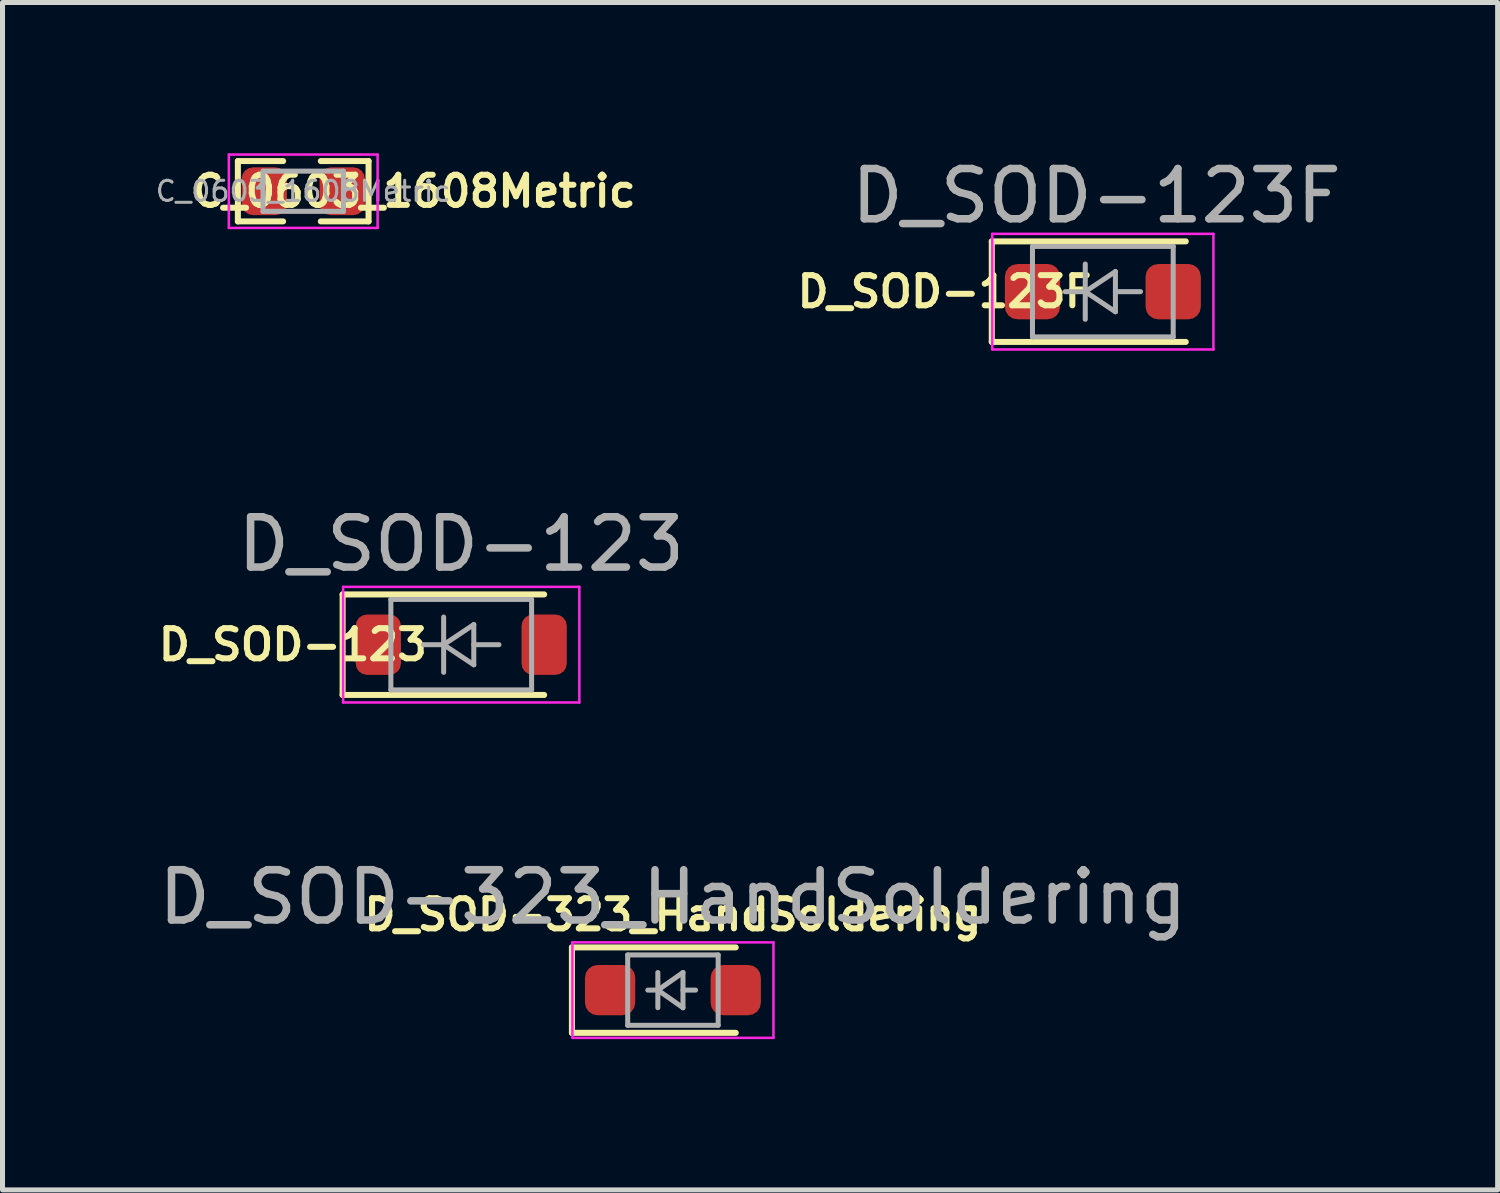
<source format=kicad_pcb>
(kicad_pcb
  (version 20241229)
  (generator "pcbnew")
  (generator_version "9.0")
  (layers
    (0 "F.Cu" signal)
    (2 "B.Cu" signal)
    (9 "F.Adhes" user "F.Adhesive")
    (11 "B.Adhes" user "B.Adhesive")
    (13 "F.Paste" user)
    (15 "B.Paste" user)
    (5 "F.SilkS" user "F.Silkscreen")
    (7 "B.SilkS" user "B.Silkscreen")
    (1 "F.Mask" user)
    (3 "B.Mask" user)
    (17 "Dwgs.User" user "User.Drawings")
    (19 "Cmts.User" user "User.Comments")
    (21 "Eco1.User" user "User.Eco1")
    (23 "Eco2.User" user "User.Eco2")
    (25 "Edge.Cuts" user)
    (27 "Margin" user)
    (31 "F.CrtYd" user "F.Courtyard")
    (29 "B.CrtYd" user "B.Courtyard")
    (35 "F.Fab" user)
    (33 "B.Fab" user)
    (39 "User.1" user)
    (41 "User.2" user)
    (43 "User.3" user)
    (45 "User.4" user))
  (footprint "D_SOD-123"
    (layer "F.Cu")
    (at 6.127 9.777)
    (property "Reference" "D_SOD-123" (at -3.35 0 0) (layer "F.SilkS") (effects (font (size 0.6 0.6) (thickness 0.12))))
    (attr smd)
    (fp_line (start -2.36 -1) (end -2.36 1) (stroke (width 0.12) (type solid)) (layer "F.SilkS"))
    (fp_line (start -2.36 -1) (end 1.65 -1) (stroke (width 0.12) (type solid)) (layer "F.SilkS"))
    (fp_line (start -2.36 1) (end 1.65 1) (stroke (width 0.12) (type solid)) (layer "F.SilkS"))
    (fp_line (start -2.35 -1.15) (end -2.35 1.15) (stroke (width 0.05) (type solid)) (layer "F.CrtYd"))
    (fp_line (start -2.35 -1.15) (end 2.35 -1.15) (stroke (width 0.05) (type solid)) (layer "F.CrtYd"))
    (fp_line (start 2.35 -1.15) (end 2.35 1.15) (stroke (width 0.05) (type solid)) (layer "F.CrtYd"))
    (fp_line (start 2.35 1.15) (end -2.35 1.15) (stroke (width 0.05) (type solid)) (layer "F.CrtYd"))
    (fp_line (start -1.4 -0.9) (end 1.4 -0.9) (stroke (width 0.1) (type solid)) (layer "F.Fab"))
    (fp_line (start -1.4 0.9) (end -1.4 -0.9) (stroke (width 0.1) (type solid)) (layer "F.Fab"))
    (fp_line (start -0.75 0) (end -0.35 0) (stroke (width 0.1) (type solid)) (layer "F.Fab"))
    (fp_line (start -0.35 0) (end -0.35 -0.55) (stroke (width 0.1) (type solid)) (layer "F.Fab"))
    (fp_line (start -0.35 0) (end -0.35 0.55) (stroke (width 0.1) (type solid)) (layer "F.Fab"))
    (fp_line (start -0.35 0) (end 0.25 -0.4) (stroke (width 0.1) (type solid)) (layer "F.Fab"))
    (fp_line (start 0.25 -0.4) (end 0.25 0.4) (stroke (width 0.1) (type solid)) (layer "F.Fab"))
    (fp_line (start 0.25 0) (end 0.75 0) (stroke (width 0.1) (type solid)) (layer "F.Fab"))
    (fp_line (start 0.25 0.4) (end -0.35 0) (stroke (width 0.1) (type solid)) (layer "F.Fab"))
    (fp_line (start 1.4 -0.9) (end 1.4 0.9) (stroke (width 0.1) (type solid)) (layer "F.Fab"))
    (fp_line (start 1.4 0.9) (end -1.4 0.9) (stroke (width 0.1) (type solid)) (layer "F.Fab"))
    (fp_text user "${REFERENCE}" (at 0 -2 0) (layer "F.Fab") (effects (font (size 1 1) (thickness 0.15))))
    (pad "1" smd roundrect (at -1.65 0) (size 0.9 1.2) (layers "F.Cu" "F.Mask" "F.Paste") (roundrect_rratio 0.25))
    (pad "2" smd roundrect (at 1.65 0) (size 0.9 1.2) (layers "F.Cu" "F.Mask" "F.Paste") (roundrect_rratio 0.25)))
  (footprint "D_SOD-123F"
    (layer "F.Cu")
    (at 18.893 2.753)
    (property "Reference" "D_SOD-123F" (at -3.15 0 0) (layer "F.SilkS") (effects (font (size 0.6 0.6) (thickness 0.12))))
    (attr smd)
    (fp_line (start -2.21 -1) (end -2.21 1) (stroke (width 0.12) (type solid)) (layer "F.SilkS"))
    (fp_line (start -2.21 -1) (end 1.65 -1) (stroke (width 0.12) (type solid)) (layer "F.SilkS"))
    (fp_line (start -2.21 1) (end 1.65 1) (stroke (width 0.12) (type solid)) (layer "F.SilkS"))
    (fp_line (start -2.2 -1.15) (end -2.2 1.15) (stroke (width 0.05) (type solid)) (layer "F.CrtYd"))
    (fp_line (start -2.2 -1.15) (end 2.2 -1.15) (stroke (width 0.05) (type solid)) (layer "F.CrtYd"))
    (fp_line (start 2.2 -1.15) (end 2.2 1.15) (stroke (width 0.05) (type solid)) (layer "F.CrtYd"))
    (fp_line (start 2.2 1.15) (end -2.2 1.15) (stroke (width 0.05) (type solid)) (layer "F.CrtYd"))
    (fp_line (start -1.4 -0.9) (end 1.4 -0.9) (stroke (width 0.1) (type solid)) (layer "F.Fab"))
    (fp_line (start -1.4 0.9) (end -1.4 -0.9) (stroke (width 0.1) (type solid)) (layer "F.Fab"))
    (fp_line (start -0.75 0) (end -0.35 0) (stroke (width 0.1) (type solid)) (layer "F.Fab"))
    (fp_line (start -0.35 0) (end -0.35 -0.55) (stroke (width 0.1) (type solid)) (layer "F.Fab"))
    (fp_line (start -0.35 0) (end -0.35 0.55) (stroke (width 0.1) (type solid)) (layer "F.Fab"))
    (fp_line (start -0.35 0) (end 0.25 -0.4) (stroke (width 0.1) (type solid)) (layer "F.Fab"))
    (fp_line (start 0.25 -0.4) (end 0.25 0.4) (stroke (width 0.1) (type solid)) (layer "F.Fab"))
    (fp_line (start 0.25 0) (end 0.75 0) (stroke (width 0.1) (type solid)) (layer "F.Fab"))
    (fp_line (start 0.25 0.4) (end -0.35 0) (stroke (width 0.1) (type solid)) (layer "F.Fab"))
    (fp_line (start 1.4 -0.9) (end 1.4 0.9) (stroke (width 0.1) (type solid)) (layer "F.Fab"))
    (fp_line (start 1.4 0.9) (end -1.4 0.9) (stroke (width 0.1) (type solid)) (layer "F.Fab"))
    (fp_text user "${REFERENCE}" (at -0.127 -1.905 0) (layer "F.Fab") (effects (font (size 1 1) (thickness 0.15))))
    (pad "1" smd roundrect (at -1.4 0) (size 1.1 1.1) (layers "F.Cu" "F.Mask" "F.Paste") (roundrect_rratio 0.227))
    (pad "2" smd roundrect (at 1.4 0) (size 1.1 1.1) (layers "F.Cu" "F.Mask" "F.Paste") (roundrect_rratio 0.227)))
  (footprint "C_0603_1608Metric"
    (layer "F.Cu")
    (at 2.983 0.755)
    (property "Reference" "C_0603_1608Metric" (at 2.205 0 0) (layer "F.SilkS") (effects (font (size 0.6 0.6) (thickness 0.12))))
    (attr smd)
    (fp_line (start -1.3 -0.6) (end -1.3 0.6) (stroke (width 0.12) (type default)) (layer "F.SilkS"))
    (fp_line (start -1.3 0.6) (end -0.4 0.6) (stroke (width 0.12) (type default)) (layer "F.SilkS"))
    (fp_line (start -0.4 -0.6) (end -1.3 -0.6) (stroke (width 0.12) (type default)) (layer "F.SilkS"))
    (fp_line (start 0.35 0.6) (end 1.3 0.6) (stroke (width 0.12) (type default)) (layer "F.SilkS"))
    (fp_line (start 1.3 -0.6) (end 0.35 -0.6) (stroke (width 0.12) (type default)) (layer "F.SilkS"))
    (fp_line (start 1.3 0.6) (end 1.3 -0.6) (stroke (width 0.12) (type default)) (layer "F.SilkS"))
    (fp_line (start -1.48 -0.73) (end 1.48 -0.73) (stroke (width 0.05) (type solid)) (layer "F.CrtYd"))
    (fp_line (start -1.48 0.73) (end -1.48 -0.73) (stroke (width 0.05) (type solid)) (layer "F.CrtYd"))
    (fp_line (start 1.48 -0.73) (end 1.48 0.73) (stroke (width 0.05) (type solid)) (layer "F.CrtYd"))
    (fp_line (start 1.48 0.73) (end -1.48 0.73) (stroke (width 0.05) (type solid)) (layer "F.CrtYd"))
    (fp_line (start -0.8 -0.4) (end 0.8 -0.4) (stroke (width 0.1) (type solid)) (layer "F.Fab"))
    (fp_line (start -0.8 0.4) (end -0.8 -0.4) (stroke (width 0.1) (type solid)) (layer "F.Fab"))
    (fp_line (start 0.8 -0.4) (end 0.8 0.4) (stroke (width 0.1) (type solid)) (layer "F.Fab"))
    (fp_line (start 0.8 0.4) (end -0.8 0.4) (stroke (width 0.1) (type solid)) (layer "F.Fab"))
    (fp_text user "${REFERENCE}" (at 0 0 0) (layer "F.Fab") (effects (font (size 0.4 0.4) (thickness 0.06))))
    (pad "1" smd roundrect (at -0.775 0) (size 0.9 0.95) (layers "F.Cu" "F.Mask" "F.Paste") (roundrect_rratio 0.25))
    (pad "2" smd roundrect (at 0.775 0) (size 0.9 0.95) (layers "F.Cu" "F.Mask" "F.Paste") (roundrect_rratio 0.25)))
  (footprint "D_SOD-323_HandSoldering"
    (layer "F.Cu")
    (at 10.339 16.65)
    (property "Reference" "D_SOD-323_HandSoldering" (at 0 -1.5 0) (layer "F.SilkS") (effects (font (size 0.6 0.6) (thickness 0.12))))
    (attr smd)
    (fp_line (start -2.01 -0.85) (end -2.01 0.85) (stroke (width 0.12) (type solid)) (layer "F.SilkS"))
    (fp_line (start -2.01 -0.85) (end 1.25 -0.85) (stroke (width 0.12) (type solid)) (layer "F.SilkS"))
    (fp_line (start -2.01 0.85) (end 1.25 0.85) (stroke (width 0.12) (type solid)) (layer "F.SilkS"))
    (fp_line (start -2 -0.95) (end -2 0.95) (stroke (width 0.05) (type solid)) (layer "F.CrtYd"))
    (fp_line (start -2 -0.95) (end 2 -0.95) (stroke (width 0.05) (type solid)) (layer "F.CrtYd"))
    (fp_line (start -2 0.95) (end 2 0.95) (stroke (width 0.05) (type solid)) (layer "F.CrtYd"))
    (fp_line (start 2 -0.95) (end 2 0.95) (stroke (width 0.05) (type solid)) (layer "F.CrtYd"))
    (fp_line (start -0.9 -0.7) (end 0.9 -0.7) (stroke (width 0.1) (type solid)) (layer "F.Fab"))
    (fp_line (start -0.9 0.7) (end -0.9 -0.7) (stroke (width 0.1) (type solid)) (layer "F.Fab"))
    (fp_line (start -0.3 -0.35) (end -0.3 0.35) (stroke (width 0.1) (type solid)) (layer "F.Fab"))
    (fp_line (start -0.3 0) (end -0.5 0) (stroke (width 0.1) (type solid)) (layer "F.Fab"))
    (fp_line (start -0.3 0) (end 0.2 -0.35) (stroke (width 0.1) (type solid)) (layer "F.Fab"))
    (fp_line (start 0.2 -0.35) (end 0.2 0.35) (stroke (width 0.1) (type solid)) (layer "F.Fab"))
    (fp_line (start 0.2 0) (end 0.45 0) (stroke (width 0.1) (type solid)) (layer "F.Fab"))
    (fp_line (start 0.2 0.35) (end -0.3 0) (stroke (width 0.1) (type solid)) (layer "F.Fab"))
    (fp_line (start 0.9 -0.7) (end 0.9 0.7) (stroke (width 0.1) (type solid)) (layer "F.Fab"))
    (fp_line (start 0.9 0.7) (end -0.9 0.7) (stroke (width 0.1) (type solid)) (layer "F.Fab"))
    (fp_text user "${REFERENCE}" (at 0 -1.85 0) (layer "F.Fab") (effects (font (size 1 1) (thickness 0.15))))
    (pad "1" smd roundrect (at -1.25 0) (size 1 1) (layers "F.Cu" "F.Mask" "F.Paste") (roundrect_rratio 0.25))
    (pad "2" smd roundrect (at 1.25 0) (size 1 1) (layers "F.Cu" "F.Mask" "F.Paste") (roundrect_rratio 0.25)))
  (gr_rect
    (start -3 -3)
    (end 26.748 20.625)
    (stroke (width 0.1) (type default))
    (fill no)
    (layer "Edge.Cuts")))
</source>
